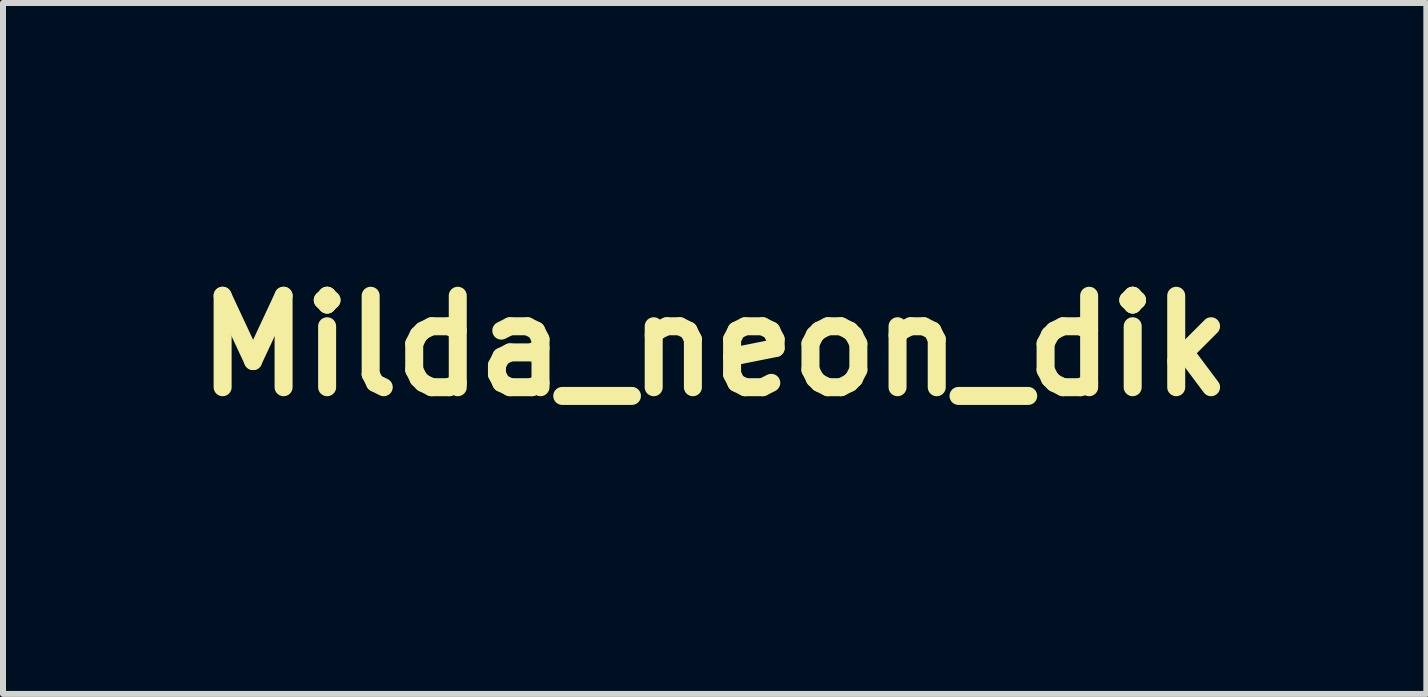
<source format=kicad_pcb>
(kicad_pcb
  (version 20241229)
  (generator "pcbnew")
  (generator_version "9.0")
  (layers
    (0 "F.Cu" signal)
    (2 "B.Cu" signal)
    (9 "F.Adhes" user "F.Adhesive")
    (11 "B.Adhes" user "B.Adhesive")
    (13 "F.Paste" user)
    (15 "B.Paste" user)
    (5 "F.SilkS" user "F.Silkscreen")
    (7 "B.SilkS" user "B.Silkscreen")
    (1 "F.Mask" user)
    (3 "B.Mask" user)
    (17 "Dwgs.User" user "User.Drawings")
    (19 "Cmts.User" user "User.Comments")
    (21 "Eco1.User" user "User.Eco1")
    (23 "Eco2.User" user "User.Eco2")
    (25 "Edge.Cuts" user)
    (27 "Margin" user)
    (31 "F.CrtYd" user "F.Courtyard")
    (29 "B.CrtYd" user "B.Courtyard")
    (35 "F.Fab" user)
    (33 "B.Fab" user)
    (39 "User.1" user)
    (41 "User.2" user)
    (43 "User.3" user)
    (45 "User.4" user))
  (footprint "Milda_neon_dik"
    (layer "F.Cu")
    (at 8.861 2.714)
    (property "Reference" "Milda_neon_dik" (at 0 0 0) (layer "F.SilkS") (effects (font (size 1.524 1.524) (thickness 0.3))))
    (attr through_hole)
    (fp_poly (pts (xy 2.722 2.3) (xy 3.549 2.305) (xy 3.825 2.307) (xy 4.165 2.312) (xy 4.343 2.316) (xy 4.364 2.319) (xy 4.235 2.323) (xy 3.963 2.326) (xy 3.554 2.328) (xy 3.015 2.33) (xy 2.351 2.331) (xy 1.571 2.331) (xy 1.566 2.331) (xy 0.783 2.331) (xy 0.116 2.33) (xy -0.428 2.328) (xy -0.843 2.326) (xy -1.122 2.323) (xy -1.258 2.319) (xy -1.245 2.316) (xy -1.076 2.312) (xy -0.747 2.307) (xy 0.021 2.301) (xy 0.896 2.298) (xy 1.817 2.297) (xy 2.722 2.3)) (stroke (width 0.01) (type solid)) (fill no) (layer "Eco2.User"))
    (fp_poly (pts (xy 2.724 -2.708) (xy 3.682 -2.703) (xy 4.483 -2.695) (xy 5.127 -2.684) (xy 5.609 -2.67) (xy 5.928 -2.653) (xy 6.082 -2.634) (xy 6.096 -2.625) (xy 6.012 -2.604) (xy 5.761 -2.586) (xy 5.345 -2.571) (xy 4.768 -2.559) (xy 4.031 -2.549) (xy 3.137 -2.543) (xy 2.088 -2.54) (xy 1.561 -2.54) (xy 0.428 -2.542) (xy -0.543 -2.546) (xy -1.349 -2.554) (xy -1.99 -2.565) (xy -2.465 -2.579) (xy -2.773 -2.596) (xy -2.912 -2.616) (xy -2.921 -2.625) (xy -2.823 -2.645) (xy -2.561 -2.663) (xy -2.136 -2.678) (xy -1.555 -2.691) (xy -0.82 -2.7) (xy 0.064 -2.706) (xy 1.093 -2.709) (xy 1.614 -2.709) (xy 2.724 -2.708)) (stroke (width 0.01) (type solid)) (fill no) (layer "Eco2.User"))
    (fp_poly (pts (xy 5.024 -1.684) (xy 5.208 -1.564) (xy 5.335 -1.382) (xy 5.414 -1.111) (xy 5.453 -0.722) (xy 5.461 -0.305) (xy 5.461 0.55) (xy 4.72 0.575) (xy 3.979 0.599) (xy 3.979 -0.376) (xy 4.318 -0.376) (xy 4.318 0.423) (xy 5.334 0.423) (xy 5.334 -0.339) (xy 5.329 -0.718) (xy 5.308 -0.969) (xy 5.264 -1.13) (xy 5.19 -1.244) (xy 5.165 -1.27) (xy 4.931 -1.419) (xy 4.681 -1.403) (xy 4.506 -1.308) (xy 4.418 -1.231) (xy 4.362 -1.128) (xy 4.332 -0.96) (xy 4.32 -0.69) (xy 4.318 -0.376) (xy 3.979 -0.376) (xy 3.979 -1.34) (xy 4.24 -1.559) (xy 4.51 -1.734) (xy 4.767 -1.766) (xy 5.024 -1.684)) (stroke (width 0.01) (type solid)) (fill no) (layer "Eco2.User"))
    (fp_poly (pts (xy 4.657 -2.444) (xy 5.101 -2.441) (xy 5.443 -2.434) (xy 5.696 -2.424) (xy 5.873 -2.411) (xy 5.989 -2.392) (xy 6.055 -2.369) (xy 6.086 -2.341) (xy 6.095 -2.307) (xy 6.096 -2.287) (xy 6.093 -2.25) (xy 6.074 -2.218) (xy 6.027 -2.192) (xy 5.938 -2.171) (xy 5.794 -2.154) (xy 5.581 -2.142) (xy 5.286 -2.132) (xy 4.896 -2.125) (xy 4.396 -2.121) (xy 3.775 -2.118) (xy 3.018 -2.117) (xy 2.113 -2.117) (xy 1.56 -2.117) (xy 0.567 -2.117) (xy -0.269 -2.118) (xy -0.963 -2.12) (xy -1.526 -2.124) (xy -1.974 -2.13) (xy -2.317 -2.139) (xy -2.571 -2.15) (xy -2.747 -2.165) (xy -2.86 -2.184) (xy -2.922 -2.207) (xy -2.947 -2.235) (xy -2.947 -2.265) (xy -2.932 -2.297) (xy -2.893 -2.325) (xy -2.815 -2.348) (xy -2.685 -2.367) (xy -2.49 -2.383) (xy -2.217 -2.395) (xy -1.852 -2.405) (xy -1.381 -2.414) (xy -0.792 -2.42) (xy -0.071 -2.426) (xy 0.795 -2.431) (xy 1.589 -2.435) (xy 2.576 -2.44) (xy 3.408 -2.443) (xy 4.097 -2.445) (xy 4.657 -2.444)) (stroke (width 0.01) (type solid)) (fill no) (layer "Eco2.User"))
    (fp_poly (pts (xy 4.657 2.467) (xy 5.101 2.47) (xy 5.443 2.476) (xy 5.696 2.486) (xy 5.873 2.5) (xy 5.989 2.518) (xy 6.055 2.541) (xy 6.086 2.57) (xy 6.095 2.604) (xy 6.096 2.624) (xy 6.093 2.661) (xy 6.074 2.692) (xy 6.027 2.718) (xy 5.938 2.739) (xy 5.794 2.756) (xy 5.581 2.769) (xy 5.286 2.779) (xy 4.896 2.785) (xy 4.396 2.79) (xy 3.775 2.792) (xy 3.018 2.794) (xy 2.113 2.794) (xy 1.56 2.794) (xy 0.567 2.794) (xy -0.269 2.793) (xy -0.963 2.79) (xy -1.526 2.786) (xy -1.974 2.78) (xy -2.317 2.772) (xy -2.571 2.76) (xy -2.747 2.745) (xy -2.86 2.727) (xy -2.922 2.704) (xy -2.947 2.676) (xy -2.947 2.646) (xy -2.932 2.613) (xy -2.893 2.586) (xy -2.815 2.563) (xy -2.685 2.543) (xy -2.49 2.528) (xy -2.217 2.515) (xy -1.852 2.505) (xy -1.381 2.497) (xy -0.792 2.491) (xy -0.071 2.485) (xy 0.795 2.48) (xy 1.589 2.476) (xy 2.576 2.471) (xy 3.408 2.468) (xy 4.097 2.466) (xy 4.657 2.467)) (stroke (width 0.01) (type solid)) (fill no) (layer "Eco2.User"))
    (fp_poly (pts (xy -2.215 -1.976) (xy -2.169 -1.929) (xy -2.133 -1.841) (xy -2.106 -1.69) (xy -2.086 -1.456) (xy -2.072 -1.117) (xy -2.061 -0.652) (xy -2.052 -0.04) (xy -2.052 -0.009) (xy -2.046 0.672) (xy -2.05 1.201) (xy -2.066 1.597) (xy -2.095 1.877) (xy -2.139 2.059) (xy -2.201 2.16) (xy -2.284 2.199) (xy -2.314 2.201) (xy -2.464 2.146) (xy -2.523 2.1) (xy -2.559 2.005) (xy -2.587 1.795) (xy -2.607 1.458) (xy -2.619 0.98) (xy -2.624 0.35) (xy -2.625 0.078) (xy -2.624 -0.042) (xy -2.419 -0.042) (xy -2.418 0.438) (xy -2.415 0.798) (xy -2.411 1.03) (xy -2.405 1.121) (xy -2.398 1.061) (xy -2.392 0.915) (xy -2.383 0.416) (xy -2.381 -0.159) (xy -2.387 -0.717) (xy -2.392 -0.948) (xy -2.4 -1.139) (xy -2.406 -1.172) (xy -2.412 -1.054) (xy -2.416 -0.798) (xy -2.419 -0.412) (xy -2.419 -0.042) (xy -2.624 -0.042) (xy -2.623 -0.553) (xy -2.618 -1.035) (xy -2.608 -1.39) (xy -2.591 -1.639) (xy -2.566 -1.802) (xy -2.532 -1.901) (xy -2.491 -1.953) (xy -2.328 -2.019) (xy -2.215 -1.976)) (stroke (width 0.01) (type solid)) (fill no) (layer "Eco2.User"))
    (fp_poly (pts (xy -1.139 -1.994) (xy -1.071 -1.906) (xy -1.021 -1.734) (xy -0.986 -1.459) (xy -0.961 -1.062) (xy -0.941 -0.526) (xy -0.931 -0.144) (xy -0.889 1.566) (xy -0.339 1.609) (xy -0.034 1.64) (xy 0.141 1.685) (xy 0.222 1.757) (xy 0.241 1.815) (xy 0.202 1.993) (xy 0.024 2.119) (xy -0.268 2.186) (xy -0.65 2.189) (xy -0.993 2.142) (xy -1.179 2.051) (xy -1.353 1.888) (xy -1.41 1.805) (xy -1.453 1.706) (xy -1.483 1.566) (xy -1.503 1.362) (xy -1.516 1.07) (xy -1.522 0.665) (xy -1.523 0.412) (xy -1.34 0.412) (xy -1.335 0.905) (xy -1.316 1.267) (xy -1.281 1.516) (xy -1.227 1.671) (xy -1.15 1.752) (xy -1.049 1.778) (xy -1.037 1.778) (xy -0.959 1.761) (xy -1.018 1.693) (xy -1.082 1.646) (xy -1.146 1.595) (xy -1.193 1.529) (xy -1.228 1.423) (xy -1.252 1.255) (xy -1.267 1.001) (xy -1.278 0.637) (xy -1.285 0.14) (xy -1.289 -0.195) (xy -1.309 -1.905) (xy -1.333 -0.231) (xy -1.34 0.412) (xy -1.523 0.412) (xy -1.524 0.125) (xy -1.524 -0.133) (xy -1.523 -0.729) (xy -1.52 -1.178) (xy -1.513 -1.501) (xy -1.498 -1.72) (xy -1.475 -1.858) (xy -1.441 -1.935) (xy -1.394 -1.974) (xy -1.346 -1.992) (xy -1.229 -2.017) (xy -1.139 -1.994)) (stroke (width 0.01) (type solid)) (fill no) (layer "Eco2.User"))
    (fp_poly (pts (xy 1.797 -2.023) (xy 2.053 -1.988) (xy 2.248 -1.918) (xy 2.379 -1.84) (xy 2.595 -1.672) (xy 2.752 -1.48) (xy 2.858 -1.236) (xy 2.922 -0.91) (xy 2.955 -0.472) (xy 2.963 0.085) (xy 2.948 0.731) (xy 2.893 1.229) (xy 2.784 1.598) (xy 2.609 1.859) (xy 2.353 2.03) (xy 2.002 2.131) (xy 1.543 2.181) (xy 1.484 2.185) (xy 0.762 2.223) (xy 0.762 -1.863) (xy 0.847 -1.863) (xy 0.847 -0.042) (xy 0.849 0.492) (xy 0.857 0.965) (xy 0.869 1.351) (xy 0.885 1.626) (xy 0.903 1.766) (xy 0.91 1.778) (xy 0.928 1.698) (xy 0.941 1.473) (xy 0.95 1.128) (xy 0.954 0.688) (xy 0.951 0.177) (xy 0.949 0.000081) (xy 0.929 -1.439) (xy 1.355 -1.439) (xy 1.355 1.609) (xy 1.64 1.609) (xy 1.924 1.552) (xy 2.148 1.433) (xy 2.236 1.359) (xy 2.297 1.279) (xy 2.336 1.163) (xy 2.358 0.981) (xy 2.368 0.702) (xy 2.371 0.298) (xy 2.371 0.079) (xy 2.369 -0.397) (xy 2.36 -0.733) (xy 2.34 -0.96) (xy 2.307 -1.109) (xy 2.255 -1.208) (xy 2.201 -1.27) (xy 1.94 -1.412) (xy 1.693 -1.439) (xy 1.355 -1.439) (xy 0.929 -1.439) (xy 0.925 -1.778) (xy 1.43 -1.778) (xy 1.748 -1.764) (xy 1.966 -1.709) (xy 2.152 -1.594) (xy 2.195 -1.559) (xy 2.455 -1.34) (xy 2.455 -0.072) (xy 2.449 0.432) (xy 2.432 0.856) (xy 2.405 1.172) (xy 2.371 1.351) (xy 2.364 1.367) (xy 2.224 1.519) (xy 2.012 1.651) (xy 2.004 1.655) (xy 1.864 1.73) (xy 1.852 1.772) (xy 1.872 1.775) (xy 2.087 1.706) (xy 2.305 1.522) (xy 2.478 1.27) (xy 2.537 1.118) (xy 2.582 0.849) (xy 2.61 0.465) (xy 2.621 0.02) (xy 2.615 -0.432) (xy 2.591 -0.838) (xy 2.551 -1.144) (xy 2.537 -1.203) (xy 2.4 -1.517) (xy 2.182 -1.721) (xy 1.856 -1.832) (xy 1.428 -1.863) (xy 0.847 -1.863) (xy 0.762 -1.863) (xy 0.762 -2.032) (xy 1.427 -2.032) (xy 1.797 -2.023)) (stroke (width 0.01) (type solid)) (fill no) (layer "Eco2.User"))
    (fp_poly (pts (xy 5.036 -1.993) (xy 5.343 -1.84) (xy 5.536 -1.695) (xy 5.682 -1.537) (xy 5.787 -1.339) (xy 5.857 -1.077) (xy 5.899 -0.725) (xy 5.92 -0.258) (xy 5.926 0.35) (xy 5.927 0.428) (xy 5.923 1.001) (xy 5.913 1.428) (xy 5.894 1.73) (xy 5.864 1.931) (xy 5.822 2.052) (xy 5.805 2.079) (xy 5.682 2.19) (xy 5.547 2.16) (xy 5.529 2.15) (xy 5.435 2.044) (xy 5.378 1.844) (xy 5.351 1.536) (xy 5.326 1.016) (xy 4.318 1.016) (xy 4.318 1.445) (xy 4.287 1.819) (xy 4.203 2.074) (xy 4.074 2.195) (xy 3.913 2.169) (xy 3.827 2.1) (xy 3.771 1.964) (xy 3.735 1.72) (xy 3.725 1.507) (xy 3.713 1.244) (xy 3.681 1.066) (xy 3.647 1.016) (xy 3.53 0.962) (xy 3.435 0.883) (xy 3.364 0.718) (xy 3.376 0.667) (xy 3.514 0.667) (xy 3.704 0.672) (xy 3.806 0.688) (xy 3.865 0.755) (xy 3.895 0.911) (xy 3.91 1.192) (xy 3.911 1.249) (xy 3.928 1.82) (xy 3.987 0.677) (xy 5.496 0.677) (xy 5.525 1.249) (xy 5.536 1.361) (xy 5.546 1.317) (xy 5.557 1.133) (xy 5.565 0.823) (xy 5.571 0.466) (xy 5.571 -0.023) (xy 5.561 -0.475) (xy 5.542 -0.853) (xy 5.516 -1.12) (xy 5.5 -1.203) (xy 5.336 -1.539) (xy 5.083 -1.761) (xy 4.779 -1.858) (xy 4.459 -1.819) (xy 4.16 -1.632) (xy 4.142 -1.615) (xy 4.034 -1.501) (xy 3.964 -1.392) (xy 3.922 -1.251) (xy 3.902 -1.039) (xy 3.895 -0.721) (xy 3.895 -0.427) (xy 3.893 -0.016) (xy 3.883 0.257) (xy 3.86 0.425) (xy 3.817 0.519) (xy 3.748 0.571) (xy 3.704 0.59) (xy 3.514 0.667) (xy 3.376 0.667) (xy 3.405 0.545) (xy 3.535 0.434) (xy 3.601 0.423) (xy 3.66 0.393) (xy 3.698 0.283) (xy 3.718 0.066) (xy 3.725 -0.286) (xy 3.726 -0.402) (xy 3.747 -0.933) (xy 3.819 -1.326) (xy 3.952 -1.607) (xy 4.159 -1.805) (xy 4.359 -1.91) (xy 4.724 -2.017) (xy 5.036 -1.993)) (stroke (width 0.01) (type solid)) (fill no) (layer "Eco2.User"))
    (fp_poly (pts (xy -6.16 -2.709) (xy -5.759 -2.666) (xy -5.372 -2.552) (xy -5.068 -2.39) (xy -5.013 -2.344) (xy -4.855 -2.228) (xy -4.731 -2.232) (xy -4.674 -2.267) (xy -4.268 -2.508) (xy -3.877 -2.63) (xy -3.557 -2.659) (xy -3.09 -2.667) (xy -3.067 -0.127) (xy -3.062 0.521) (xy -3.061 1.121) (xy -3.063 1.65) (xy -3.068 2.086) (xy -3.076 2.405) (xy -3.087 2.585) (xy -3.091 2.609) (xy -3.165 2.752) (xy -3.325 2.782) (xy -3.368 2.778) (xy -3.598 2.752) (xy -3.621 0.312) (xy -3.643 -2.127) (xy -3.832 -2.071) (xy -4.026 -1.973) (xy -4.23 -1.814) (xy -4.233 -1.81) (xy -4.313 -1.726) (xy -4.371 -1.634) (xy -4.41 -1.506) (xy -4.436 -1.313) (xy -4.453 -1.026) (xy -4.465 -0.617) (xy -4.472 -0.275) (xy -4.491 0.323) (xy -4.523 0.764) (xy -4.571 1.062) (xy -4.64 1.228) (xy -4.734 1.275) (xy -4.857 1.217) (xy -4.947 1.137) (xy -5 1.055) (xy -5.038 0.917) (xy -5.062 0.695) (xy -5.075 0.364) (xy -5.08 -0.102) (xy -5.08 -0.266) (xy -5.086 -0.733) (xy -5.101 -1.144) (xy -5.125 -1.465) (xy -5.155 -1.662) (xy -5.167 -1.698) (xy -5.289 -1.833) (xy -5.486 -1.978) (xy -5.687 -2.087) (xy -5.795 -2.117) (xy -5.808 -2.036) (xy -5.819 -1.807) (xy -5.828 -1.452) (xy -5.835 -0.993) (xy -5.84 -0.451) (xy -5.842 0.152) (xy -5.842 0.205) (xy -5.844 0.82) (xy -5.849 1.384) (xy -5.857 1.874) (xy -5.867 2.265) (xy -5.879 2.534) (xy -5.893 2.658) (xy -5.893 2.66) (xy -6.007 2.759) (xy -6.193 2.796) (xy -6.357 2.755) (xy -6.378 2.738) (xy -6.392 2.642) (xy -6.405 2.398) (xy -6.415 2.026) (xy -6.424 1.546) (xy -6.431 0.98) (xy -6.434 0.348) (xy -6.435 -0.014) (xy -6.435 -1.214) (xy -6.253 -1.214) (xy -6.25 -0.62) (xy -6.245 0.021) (xy -6.226 2.582) (xy -6.202 0.064) (xy -6.193 -0.694) (xy -6.182 -1.296) (xy -6.168 -1.756) (xy -6.151 -2.088) (xy -6.129 -2.306) (xy -6.102 -2.424) (xy -6.074 -2.455) (xy -5.76 -2.4) (xy -5.429 -2.263) (xy -5.171 -2.081) (xy -5.158 -2.068) (xy -5.081 -1.977) (xy -5.025 -1.876) (xy -4.985 -1.736) (xy -4.957 -1.528) (xy -4.935 -1.224) (xy -4.917 -0.796) (xy -4.906 -0.48) (xy -4.858 0.889) (xy -4.842 -0.339) (xy -4.832 -0.839) (xy -4.816 -1.202) (xy -4.79 -1.459) (xy -4.75 -1.642) (xy -4.692 -1.782) (xy -4.66 -1.837) (xy -4.374 -2.172) (xy -4.02 -2.362) (xy -3.791 -2.4) (xy -3.514 -2.413) (xy -3.469 0.085) (xy -3.425 2.582) (xy -3.406 0.01) (xy -3.387 -2.563) (xy -3.775 -2.51) (xy -4.166 -2.402) (xy -4.502 -2.21) (xy -4.73 -1.966) (xy -4.744 -1.942) (xy -4.806 -1.853) (xy -4.878 -1.857) (xy -4.999 -1.97) (xy -5.09 -2.073) (xy -5.422 -2.338) (xy -5.832 -2.503) (xy -6.117 -2.54) (xy -6.159 -2.53) (xy -6.192 -2.49) (xy -6.217 -2.402) (xy -6.235 -2.248) (xy -6.246 -2.01) (xy -6.251 -1.671) (xy -6.253 -1.214) (xy -6.435 -1.214) (xy -6.435 -2.709) (xy -6.16 -2.709)) (stroke (width 0.01) (type solid)) (fill no) (layer "Eco2.User")))
  (gr_rect
    (start -3 -3)
    (end 20.722 8.515)
    (stroke (width 0.1) (type default))
    (fill no)
    (layer "Edge.Cuts")))
</source>
